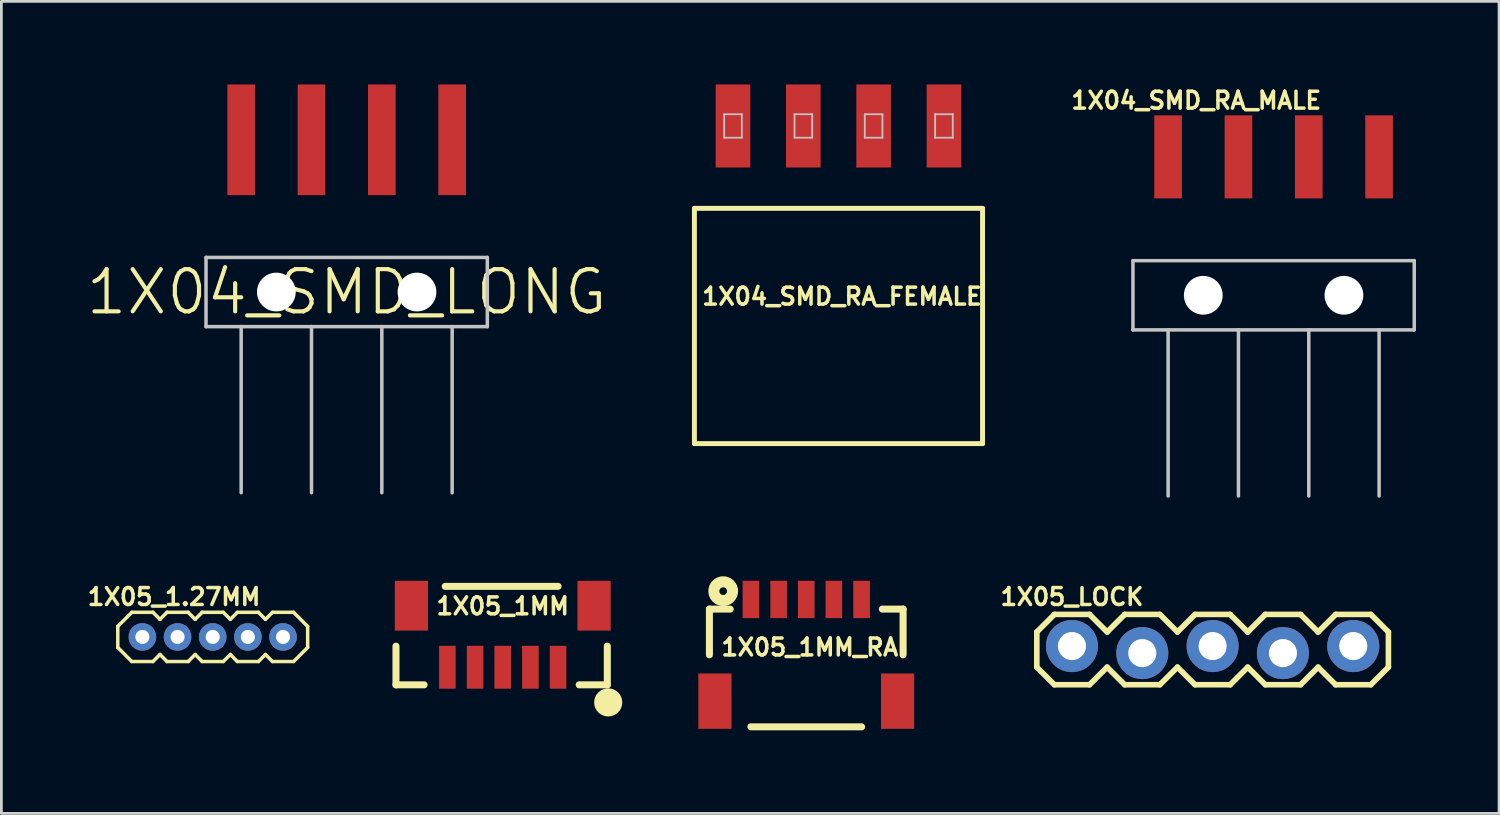
<source format=kicad_pcb>
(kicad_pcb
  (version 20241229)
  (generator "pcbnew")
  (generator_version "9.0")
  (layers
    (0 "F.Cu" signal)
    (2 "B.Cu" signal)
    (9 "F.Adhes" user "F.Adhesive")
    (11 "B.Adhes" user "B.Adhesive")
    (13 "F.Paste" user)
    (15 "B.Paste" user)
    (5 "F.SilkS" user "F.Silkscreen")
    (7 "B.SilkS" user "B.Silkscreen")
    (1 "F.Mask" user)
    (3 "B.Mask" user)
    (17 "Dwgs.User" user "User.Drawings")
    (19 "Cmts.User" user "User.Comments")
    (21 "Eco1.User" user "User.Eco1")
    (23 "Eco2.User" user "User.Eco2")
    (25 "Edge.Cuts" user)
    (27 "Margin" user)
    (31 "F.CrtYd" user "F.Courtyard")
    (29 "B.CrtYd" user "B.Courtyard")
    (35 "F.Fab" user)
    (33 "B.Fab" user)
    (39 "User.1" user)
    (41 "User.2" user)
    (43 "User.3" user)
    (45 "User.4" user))
  (footprint "1X05_LOCK"
    (layer "F.Cu")
    (at 35.668 20.412)
    (property "Reference" "1X05_LOCK" (at 0 -1.905 0) (layer "F.SilkS") (effects (font (size 0.61 0.61) (thickness 0.127))))
    (attr exclude_from_pos_files exclude_from_bom)
    (fp_line (start -1.27 -0.635) (end -1.27 0.635) (stroke (width 0.203) (type solid)) (layer "F.SilkS"))
    (fp_line (start -1.27 0.635) (end -0.635 1.27) (stroke (width 0.203) (type solid)) (layer "F.SilkS"))
    (fp_line (start -0.635 -1.27) (end -1.27 -0.635) (stroke (width 0.203) (type solid)) (layer "F.SilkS"))
    (fp_line (start -0.635 -1.27) (end 0.635 -1.27) (stroke (width 0.203) (type solid)) (layer "F.SilkS"))
    (fp_line (start 0.635 -1.27) (end 1.27 -0.635) (stroke (width 0.203) (type solid)) (layer "F.SilkS"))
    (fp_line (start 0.635 1.27) (end -0.635 1.27) (stroke (width 0.203) (type solid)) (layer "F.SilkS"))
    (fp_line (start 1.27 -0.635) (end 1.905 -1.27) (stroke (width 0.203) (type solid)) (layer "F.SilkS"))
    (fp_line (start 1.27 0.635) (end 0.635 1.27) (stroke (width 0.203) (type solid)) (layer "F.SilkS"))
    (fp_line (start 1.905 -1.27) (end 3.175 -1.27) (stroke (width 0.203) (type solid)) (layer "F.SilkS"))
    (fp_line (start 1.905 1.27) (end 1.27 0.635) (stroke (width 0.203) (type solid)) (layer "F.SilkS"))
    (fp_line (start 3.175 -1.27) (end 3.81 -0.635) (stroke (width 0.203) (type solid)) (layer "F.SilkS"))
    (fp_line (start 3.175 1.27) (end 1.905 1.27) (stroke (width 0.203) (type solid)) (layer "F.SilkS"))
    (fp_line (start 3.81 -0.635) (end 4.445 -1.27) (stroke (width 0.203) (type solid)) (layer "F.SilkS"))
    (fp_line (start 3.81 0.635) (end 3.175 1.27) (stroke (width 0.203) (type solid)) (layer "F.SilkS"))
    (fp_line (start 4.445 -1.27) (end 5.715 -1.27) (stroke (width 0.203) (type solid)) (layer "F.SilkS"))
    (fp_line (start 4.445 1.27) (end 3.81 0.635) (stroke (width 0.203) (type solid)) (layer "F.SilkS"))
    (fp_line (start 5.715 -1.27) (end 6.35 -0.635) (stroke (width 0.203) (type solid)) (layer "F.SilkS"))
    (fp_line (start 5.715 1.27) (end 4.445 1.27) (stroke (width 0.203) (type solid)) (layer "F.SilkS"))
    (fp_line (start 6.35 0.635) (end 5.715 1.27) (stroke (width 0.203) (type solid)) (layer "F.SilkS"))
    (fp_line (start 6.35 0.635) (end 6.985 1.27) (stroke (width 0.203) (type solid)) (layer "F.SilkS"))
    (fp_line (start 6.985 -1.27) (end 6.35 -0.635) (stroke (width 0.203) (type solid)) (layer "F.SilkS"))
    (fp_line (start 6.985 -1.27) (end 8.255 -1.27) (stroke (width 0.203) (type solid)) (layer "F.SilkS"))
    (fp_line (start 8.255 -1.27) (end 8.89 -0.635) (stroke (width 0.203) (type solid)) (layer "F.SilkS"))
    (fp_line (start 8.255 1.27) (end 6.985 1.27) (stroke (width 0.203) (type solid)) (layer "F.SilkS"))
    (fp_line (start 8.89 -0.635) (end 9.525 -1.27) (stroke (width 0.203) (type solid)) (layer "F.SilkS"))
    (fp_line (start 8.89 0.635) (end 8.255 1.27) (stroke (width 0.203) (type solid)) (layer "F.SilkS"))
    (fp_line (start 9.525 -1.27) (end 10.795 -1.27) (stroke (width 0.203) (type solid)) (layer "F.SilkS"))
    (fp_line (start 9.525 1.27) (end 8.89 0.635) (stroke (width 0.203) (type solid)) (layer "F.SilkS"))
    (fp_line (start 10.795 -1.27) (end 11.43 -0.635) (stroke (width 0.203) (type solid)) (layer "F.SilkS"))
    (fp_line (start 10.795 1.27) (end 9.525 1.27) (stroke (width 0.203) (type solid)) (layer "F.SilkS"))
    (fp_line (start 11.43 -0.635) (end 11.43 0.635) (stroke (width 0.203) (type solid)) (layer "F.SilkS"))
    (fp_line (start 11.43 0.635) (end 10.795 1.27) (stroke (width 0.203) (type solid)) (layer "F.SilkS"))
    (fp_line (start -0.254 -0.254) (end 0.254 -0.254) (stroke (width 0.066) (type solid)) (layer "Dwgs.User"))
    (fp_line (start -0.254 0.254) (end -0.254 -0.254) (stroke (width 0.066) (type solid)) (layer "Dwgs.User"))
    (fp_line (start -0.254 0.254) (end 0.254 0.254) (stroke (width 0.066) (type solid)) (layer "Dwgs.User"))
    (fp_line (start 0.254 0.254) (end 0.254 -0.254) (stroke (width 0.066) (type solid)) (layer "Dwgs.User"))
    (fp_line (start 2.286 -0.254) (end 2.794 -0.254) (stroke (width 0.066) (type solid)) (layer "Dwgs.User"))
    (fp_line (start 2.286 0.254) (end 2.286 -0.254) (stroke (width 0.066) (type solid)) (layer "Dwgs.User"))
    (fp_line (start 2.286 0.254) (end 2.794 0.254) (stroke (width 0.066) (type solid)) (layer "Dwgs.User"))
    (fp_line (start 2.794 0.254) (end 2.794 -0.254) (stroke (width 0.066) (type solid)) (layer "Dwgs.User"))
    (fp_line (start 4.826 -0.254) (end 5.334 -0.254) (stroke (width 0.066) (type solid)) (layer "Dwgs.User"))
    (fp_line (start 4.826 0.254) (end 4.826 -0.254) (stroke (width 0.066) (type solid)) (layer "Dwgs.User"))
    (fp_line (start 4.826 0.254) (end 5.334 0.254) (stroke (width 0.066) (type solid)) (layer "Dwgs.User"))
    (fp_line (start 5.334 0.254) (end 5.334 -0.254) (stroke (width 0.066) (type solid)) (layer "Dwgs.User"))
    (fp_line (start 7.366 -0.254) (end 7.874 -0.254) (stroke (width 0.066) (type solid)) (layer "Dwgs.User"))
    (fp_line (start 7.366 0.254) (end 7.366 -0.254) (stroke (width 0.066) (type solid)) (layer "Dwgs.User"))
    (fp_line (start 7.366 0.254) (end 7.874 0.254) (stroke (width 0.066) (type solid)) (layer "Dwgs.User"))
    (fp_line (start 7.874 0.254) (end 7.874 -0.254) (stroke (width 0.066) (type solid)) (layer "Dwgs.User"))
    (fp_line (start 9.906 -0.254) (end 10.414 -0.254) (stroke (width 0.066) (type solid)) (layer "Dwgs.User"))
    (fp_line (start 9.906 0.254) (end 9.906 -0.254) (stroke (width 0.066) (type solid)) (layer "Dwgs.User"))
    (fp_line (start 9.906 0.254) (end 10.414 0.254) (stroke (width 0.066) (type solid)) (layer "Dwgs.User"))
    (fp_line (start 10.414 0.254) (end 10.414 -0.254) (stroke (width 0.066) (type solid)) (layer "Dwgs.User"))
    (pad "1" thru_hole circle (at 0 -0.127) (size 1.88 1.88) (drill 1.016) (layers "*.Cu" "*.Paste" "*.Mask"))
    (pad "2" thru_hole circle (at 2.54 0.127) (size 1.88 1.88) (drill 1.016) (layers "*.Cu" "*.Paste" "*.Mask"))
    (pad "3" thru_hole circle (at 5.08 -0.127) (size 1.88 1.88) (drill 1.016) (layers "*.Cu" "*.Paste" "*.Mask"))
    (pad "4" thru_hole circle (at 7.62 0.127) (size 1.88 1.88) (drill 1.016) (layers "*.Cu" "*.Paste" "*.Mask"))
    (pad "5" thru_hole circle (at 10.16 -0.127) (size 1.88 1.88) (drill 1.016) (layers "*.Cu" "*.Paste" "*.Mask")))
  (footprint "1X05_1MM_RA"
    (layer "F.Cu")
    (at 26.071 18.602)
    (property "Reference" "1X05_1MM_RA" (at 0.127 1.727 0) (layer "F.SilkS") (effects (font (size 0.61 0.61) (thickness 0.127))))
    (attr smd)
    (fp_line (start -3.498 0.348) (end -2.748 0.348) (stroke (width 0.254) (type solid)) (layer "F.SilkS"))
    (fp_line (start -3.498 1.999) (end -3.498 0.348) (stroke (width 0.254) (type solid)) (layer "F.SilkS"))
    (fp_line (start -1.999 4.6) (end 1.999 4.6) (stroke (width 0.254) (type solid)) (layer "F.SilkS"))
    (fp_line (start 2.748 0.348) (end 3.498 0.348) (stroke (width 0.254) (type solid)) (layer "F.SilkS"))
    (fp_line (start 3.498 0.348) (end 3.498 1.999) (stroke (width 0.254) (type solid)) (layer "F.SilkS"))
    (fp_circle (center -3 -0.3) (end -3 -0.439) (stroke (width 0.399) (type solid)) (fill no) (layer "F.SilkS"))
    (pad "1" smd rect (at -1.999 0) (size 0.599 1.349) (layers "F.Cu" "F.Mask" "F.Paste"))
    (pad "2" smd rect (at -0.998 0) (size 0.599 1.349) (layers "F.Cu" "F.Mask" "F.Paste"))
    (pad "3" smd rect (at 0 0) (size 0.599 1.349) (layers "F.Cu" "F.Mask" "F.Paste"))
    (pad "4" smd rect (at 0.998 0) (size 0.599 1.349) (layers "F.Cu" "F.Mask" "F.Paste"))
    (pad "5" smd rect (at 1.999 0) (size 0.599 1.349) (layers "F.Cu" "F.Mask" "F.Paste"))
    (pad "NC1" smd rect (at 3.299 3.673) (size 1.199 1.999) (layers "F.Cu" "F.Mask" "F.Paste"))
    (pad "NC2" smd rect (at -3.299 3.673) (size 1.199 1.999) (layers "F.Cu" "F.Mask" "F.Paste")))
  (footprint "1X05_1.27MM"
    (layer "F.Cu")
    (at 2.093 19.955)
    (property "Reference" "1X05_1.27MM" (at 1.143 -1.448 0) (layer "F.SilkS") (effects (font (size 0.61 0.61) (thickness 0.127))))
    (attr exclude_from_pos_files exclude_from_bom)
    (fp_line (start -0.889 -0.381) (end -0.889 0.381) (stroke (width 0.127) (type solid)) (layer "F.SilkS"))
    (fp_line (start -0.889 0.381) (end -0.381 0.889) (stroke (width 0.127) (type solid)) (layer "F.SilkS"))
    (fp_line (start -0.381 -0.889) (end -0.889 -0.381) (stroke (width 0.127) (type solid)) (layer "F.SilkS"))
    (fp_line (start -0.381 0.889) (end 0.381 0.889) (stroke (width 0.127) (type solid)) (layer "F.SilkS"))
    (fp_line (start 0.381 -0.889) (end -0.381 -0.889) (stroke (width 0.127) (type solid)) (layer "F.SilkS"))
    (fp_line (start 0.381 0.889) (end 0.635 0.635) (stroke (width 0.127) (type solid)) (layer "F.SilkS"))
    (fp_line (start 0.635 -0.635) (end 0.381 -0.889) (stroke (width 0.127) (type solid)) (layer "F.SilkS"))
    (fp_line (start 0.635 0.635) (end 0.889 0.889) (stroke (width 0.127) (type solid)) (layer "F.SilkS"))
    (fp_line (start 0.889 -0.889) (end 0.635 -0.635) (stroke (width 0.127) (type solid)) (layer "F.SilkS"))
    (fp_line (start 0.889 0.889) (end 1.651 0.889) (stroke (width 0.127) (type solid)) (layer "F.SilkS"))
    (fp_line (start 1.651 -0.889) (end 0.889 -0.889) (stroke (width 0.127) (type solid)) (layer "F.SilkS"))
    (fp_line (start 1.651 0.889) (end 1.905 0.635) (stroke (width 0.127) (type solid)) (layer "F.SilkS"))
    (fp_line (start 1.905 -0.635) (end 1.651 -0.889) (stroke (width 0.127) (type solid)) (layer "F.SilkS"))
    (fp_line (start 1.905 0.635) (end 2.159 0.889) (stroke (width 0.127) (type solid)) (layer "F.SilkS"))
    (fp_line (start 2.159 -0.889) (end 1.905 -0.635) (stroke (width 0.127) (type solid)) (layer "F.SilkS"))
    (fp_line (start 2.159 0.889) (end 2.921 0.889) (stroke (width 0.127) (type solid)) (layer "F.SilkS"))
    (fp_line (start 2.921 -0.889) (end 2.159 -0.889) (stroke (width 0.127) (type solid)) (layer "F.SilkS"))
    (fp_line (start 2.921 0.889) (end 3.175 0.635) (stroke (width 0.127) (type solid)) (layer "F.SilkS"))
    (fp_line (start 3.175 -0.635) (end 2.921 -0.889) (stroke (width 0.127) (type solid)) (layer "F.SilkS"))
    (fp_line (start 3.175 0.635) (end 3.429 0.889) (stroke (width 0.127) (type solid)) (layer "F.SilkS"))
    (fp_line (start 3.429 -0.889) (end 3.175 -0.635) (stroke (width 0.127) (type solid)) (layer "F.SilkS"))
    (fp_line (start 3.429 0.889) (end 4.191 0.889) (stroke (width 0.127) (type solid)) (layer "F.SilkS"))
    (fp_line (start 4.191 -0.889) (end 3.429 -0.889) (stroke (width 0.127) (type solid)) (layer "F.SilkS"))
    (fp_line (start 4.191 0.889) (end 4.445 0.635) (stroke (width 0.127) (type solid)) (layer "F.SilkS"))
    (fp_line (start 4.445 -0.635) (end 4.191 -0.889) (stroke (width 0.127) (type solid)) (layer "F.SilkS"))
    (fp_line (start 4.445 0.635) (end 4.699 0.889) (stroke (width 0.127) (type solid)) (layer "F.SilkS"))
    (fp_line (start 4.699 -0.889) (end 4.445 -0.635) (stroke (width 0.127) (type solid)) (layer "F.SilkS"))
    (fp_line (start 4.699 0.889) (end 5.461 0.889) (stroke (width 0.127) (type solid)) (layer "F.SilkS"))
    (fp_line (start 5.461 -0.889) (end 4.699 -0.889) (stroke (width 0.127) (type solid)) (layer "F.SilkS"))
    (fp_line (start 5.461 -0.889) (end 5.969 -0.381) (stroke (width 0.127) (type solid)) (layer "F.SilkS"))
    (fp_line (start 5.969 -0.381) (end 5.969 0.381) (stroke (width 0.127) (type solid)) (layer "F.SilkS"))
    (fp_line (start 5.969 0.381) (end 5.461 0.889) (stroke (width 0.127) (type solid)) (layer "F.SilkS"))
    (pad "1" thru_hole circle (at 0 0) (size 0.998 0.998) (drill 0.508) (layers "*.Cu" "*.Paste" "*.Mask"))
    (pad "2" thru_hole circle (at 1.27 0) (size 0.998 0.998) (drill 0.508) (layers "*.Cu" "*.Paste" "*.Mask"))
    (pad "3" thru_hole circle (at 2.54 0) (size 0.998 0.998) (drill 0.508) (layers "*.Cu" "*.Paste" "*.Mask"))
    (pad "4" thru_hole circle (at 3.81 0) (size 0.998 0.998) (drill 0.508) (layers "*.Cu" "*.Paste" "*.Mask"))
    (pad "5" thru_hole circle (at 5.08 0) (size 0.998 0.998) (drill 0.508) (layers "*.Cu" "*.Paste" "*.Mask")))
  (footprint "1X04_SMD_LONG"
    (layer "F.Cu")
    (at 9.471 7.498)
    (property "Reference" "1X04_SMD_LONG" (at 0 0 0) (layer "F.SilkS") (effects (font (size 1.524 1.524) (thickness 0.15))))
    (attr smd)
    (fp_line (start -5.08 -1.25) (end -5.08 1.25) (stroke (width 0.127) (type solid)) (layer "Dwgs.User"))
    (fp_line (start -5.08 1.25) (end -3.81 1.25) (stroke (width 0.127) (type solid)) (layer "Dwgs.User"))
    (fp_line (start -3.81 1.25) (end -3.81 7.249) (stroke (width 0.127) (type solid)) (layer "Dwgs.User"))
    (fp_line (start -3.81 1.25) (end -1.27 1.25) (stroke (width 0.127) (type solid)) (layer "Dwgs.User"))
    (fp_line (start -1.27 1.25) (end -1.27 7.249) (stroke (width 0.127) (type solid)) (layer "Dwgs.User"))
    (fp_line (start -1.27 1.25) (end 1.27 1.25) (stroke (width 0.127) (type solid)) (layer "Dwgs.User"))
    (fp_line (start 1.27 1.25) (end 1.27 7.249) (stroke (width 0.127) (type solid)) (layer "Dwgs.User"))
    (fp_line (start 1.27 1.25) (end 3.81 1.25) (stroke (width 0.127) (type solid)) (layer "Dwgs.User"))
    (fp_line (start 3.81 1.25) (end 3.81 7.249) (stroke (width 0.127) (type solid)) (layer "Dwgs.User"))
    (fp_line (start 3.81 1.25) (end 5.08 1.25) (stroke (width 0.127) (type solid)) (layer "Dwgs.User"))
    (fp_line (start 5.08 -1.25) (end -5.08 -1.25) (stroke (width 0.127) (type solid)) (layer "Dwgs.User"))
    (fp_line (start 5.08 1.25) (end 5.08 -1.25) (stroke (width 0.127) (type solid)) (layer "Dwgs.User"))
    (pad "" np_thru_hole circle (at -2.54 0) (size 1.4 1.4) (drill 1.4) (layers "*.Cu" "*.Mask"))
    (pad "" np_thru_hole circle (at 2.54 0) (size 1.4 1.4) (drill 1.4) (layers "*.Cu" "*.Mask"))
    (pad "1" smd rect (at -3.81 -5.499 90) (size 3.998 0.998) (layers "F.Cu" "F.Mask" "F.Paste"))
    (pad "2" smd rect (at -1.27 -5.499 90) (size 3.998 0.998) (layers "F.Cu" "F.Mask" "F.Paste"))
    (pad "3" smd rect (at 1.27 -5.499 90) (size 3.998 0.998) (layers "F.Cu" "F.Mask" "F.Paste"))
    (pad "4" smd rect (at 3.81 -5.499 90) (size 3.998 0.998) (layers "F.Cu" "F.Mask" "F.Paste")))
  (footprint "1X04_SMD_RA_FEMALE"
    (layer "F.Cu")
    (at 27.235 8.724)
    (property "Reference" "1X04_SMD_RA_FEMALE" (at 0.127 -1.067 0) (layer "F.SilkS") (effects (font (size 0.61 0.61) (thickness 0.127))))
    (attr smd)
    (fp_line (start -5.204 -4.249) (end -5.204 4.249) (stroke (width 0.178) (type solid)) (layer "F.SilkS"))
    (fp_line (start -5.204 4.249) (end 5.204 4.249) (stroke (width 0.178) (type solid)) (layer "F.SilkS"))
    (fp_line (start 5.204 -4.249) (end -5.204 -4.249) (stroke (width 0.178) (type solid)) (layer "F.SilkS"))
    (fp_line (start 5.204 4.249) (end 5.204 -4.249) (stroke (width 0.178) (type solid)) (layer "F.SilkS"))
    (fp_line (start -4.128 -7.648) (end -3.49 -7.648) (stroke (width 0.066) (type solid)) (layer "Dwgs.User"))
    (fp_line (start -4.128 -6.8) (end -4.128 -7.648) (stroke (width 0.066) (type solid)) (layer "Dwgs.User"))
    (fp_line (start -4.128 -6.8) (end -3.49 -6.8) (stroke (width 0.066) (type solid)) (layer "Dwgs.User"))
    (fp_line (start -3.49 -6.8) (end -3.49 -7.648) (stroke (width 0.066) (type solid)) (layer "Dwgs.User"))
    (fp_line (start -1.587 -7.648) (end -0.95 -7.648) (stroke (width 0.066) (type solid)) (layer "Dwgs.User"))
    (fp_line (start -1.587 -6.8) (end -1.587 -7.648) (stroke (width 0.066) (type solid)) (layer "Dwgs.User"))
    (fp_line (start -1.587 -6.8) (end -0.95 -6.8) (stroke (width 0.066) (type solid)) (layer "Dwgs.User"))
    (fp_line (start -0.95 -6.8) (end -0.95 -7.648) (stroke (width 0.066) (type solid)) (layer "Dwgs.User"))
    (fp_line (start 0.95 -7.648) (end 1.587 -7.648) (stroke (width 0.066) (type solid)) (layer "Dwgs.User"))
    (fp_line (start 0.95 -6.8) (end 0.95 -7.648) (stroke (width 0.066) (type solid)) (layer "Dwgs.User"))
    (fp_line (start 0.95 -6.8) (end 1.587 -6.8) (stroke (width 0.066) (type solid)) (layer "Dwgs.User"))
    (fp_line (start 1.587 -6.8) (end 1.587 -7.648) (stroke (width 0.066) (type solid)) (layer "Dwgs.User"))
    (fp_line (start 3.49 -7.648) (end 4.128 -7.648) (stroke (width 0.066) (type solid)) (layer "Dwgs.User"))
    (fp_line (start 3.49 -6.8) (end 3.49 -7.648) (stroke (width 0.066) (type solid)) (layer "Dwgs.User"))
    (fp_line (start 3.49 -6.8) (end 4.128 -6.8) (stroke (width 0.066) (type solid)) (layer "Dwgs.User"))
    (fp_line (start 4.128 -6.8) (end 4.128 -7.648) (stroke (width 0.066) (type solid)) (layer "Dwgs.User"))
    (pad "1" smd rect (at -3.81 -7.224 180) (size 1.25 3) (layers "F.Cu" "F.Mask" "F.Paste"))
    (pad "2" smd rect (at -1.27 -7.224 180) (size 1.25 3) (layers "F.Cu" "F.Mask" "F.Paste"))
    (pad "3" smd rect (at 1.27 -7.224 180) (size 1.25 3) (layers "F.Cu" "F.Mask" "F.Paste"))
    (pad "4" smd rect (at 3.81 -7.224 180) (size 1.25 3) (layers "F.Cu" "F.Mask" "F.Paste")))
  (footprint "1X04_SMD_RA_MALE"
    (layer "F.Cu")
    (at 42.951 7.615)
    (property "Reference" "1X04_SMD_RA_MALE" (at -2.794 -7.036 0) (layer "F.SilkS") (effects (font (size 0.61 0.61) (thickness 0.127))))
    (attr smd)
    (fp_line (start -5.08 -1.25) (end -5.08 1.25) (stroke (width 0.127) (type solid)) (layer "Dwgs.User"))
    (fp_line (start -5.08 1.25) (end -3.81 1.25) (stroke (width 0.127) (type solid)) (layer "Dwgs.User"))
    (fp_line (start -3.81 1.25) (end -3.81 7.249) (stroke (width 0.127) (type solid)) (layer "Dwgs.User"))
    (fp_line (start -3.81 1.25) (end -1.27 1.25) (stroke (width 0.127) (type solid)) (layer "Dwgs.User"))
    (fp_line (start -1.27 1.25) (end -1.27 7.249) (stroke (width 0.127) (type solid)) (layer "Dwgs.User"))
    (fp_line (start -1.27 1.25) (end 1.27 1.25) (stroke (width 0.127) (type solid)) (layer "Dwgs.User"))
    (fp_line (start 1.27 1.25) (end 1.27 7.249) (stroke (width 0.127) (type solid)) (layer "Dwgs.User"))
    (fp_line (start 1.27 1.25) (end 3.81 1.25) (stroke (width 0.127) (type solid)) (layer "Dwgs.User"))
    (fp_line (start 3.81 1.25) (end 3.81 7.249) (stroke (width 0.127) (type solid)) (layer "Dwgs.User"))
    (fp_line (start 3.81 1.25) (end 5.08 1.25) (stroke (width 0.127) (type solid)) (layer "Dwgs.User"))
    (fp_line (start 5.08 -1.25) (end -5.08 -1.25) (stroke (width 0.127) (type solid)) (layer "Dwgs.User"))
    (fp_line (start 5.08 1.25) (end 5.08 -1.25) (stroke (width 0.127) (type solid)) (layer "Dwgs.User"))
    (pad "" np_thru_hole circle (at -2.54 0) (size 1.4 1.4) (drill 1.4) (layers "*.Cu" "*.Mask"))
    (pad "" np_thru_hole circle (at 2.54 0) (size 1.4 1.4) (drill 1.4) (layers "*.Cu" "*.Mask"))
    (pad "1" smd rect (at -3.81 -4.999 90) (size 3 0.998) (layers "F.Cu" "F.Mask" "F.Paste"))
    (pad "2" smd rect (at -1.27 -4.999 90) (size 3 0.998) (layers "F.Cu" "F.Mask" "F.Paste"))
    (pad "3" smd rect (at 1.27 -4.999 90) (size 3 0.998) (layers "F.Cu" "F.Mask" "F.Paste"))
    (pad "4" smd rect (at 3.81 -4.999 90) (size 3 0.998) (layers "F.Cu" "F.Mask" "F.Paste")))
  (footprint "1X05_1MM"
    (layer "F.Cu")
    (at 15.108 21.05)
    (property "Reference" "1X05_1MM" (at 0 -2.207 0) (layer "F.SilkS") (effects (font (size 0.61 0.61) (thickness 0.127))))
    (attr smd)
    (fp_line (start -3.856 0.635) (end -3.856 -0.762) (stroke (width 0.254) (type solid)) (layer "F.SilkS"))
    (fp_line (start -2.84 0.635) (end -3.856 0.635) (stroke (width 0.254) (type solid)) (layer "F.SilkS"))
    (fp_line (start 1.999 -2.921) (end -2.078 -2.921) (stroke (width 0.254) (type solid)) (layer "F.SilkS"))
    (fp_line (start 3.777 -0.762) (end 3.777 0.635) (stroke (width 0.254) (type solid)) (layer "F.SilkS"))
    (fp_line (start 3.777 0.635) (end 2.761 0.635) (stroke (width 0.254) (type solid)) (layer "F.SilkS"))
    (fp_circle (center 3.81 1.27) (end 3.81 1.27) (stroke (width 0.508) (type solid)) (fill no) (layer "F.SilkS"))
    (pad "1" smd rect (at -1.999 0 180) (size 0.599 1.549) (layers "F.Cu" "F.Mask" "F.Paste"))
    (pad "2" smd rect (at -0.998 0 180) (size 0.599 1.549) (layers "F.Cu" "F.Mask" "F.Paste"))
    (pad "3" smd rect (at 0 0 180) (size 0.599 1.549) (layers "F.Cu" "F.Mask" "F.Paste"))
    (pad "4" smd rect (at 0.998 0 180) (size 0.599 1.549) (layers "F.Cu" "F.Mask" "F.Paste"))
    (pad "5" smd rect (at 1.999 0 180) (size 0.599 1.549) (layers "F.Cu" "F.Mask" "F.Paste"))
    (pad "NC1" smd rect (at -3.299 -2.223 180) (size 1.199 1.798) (layers "F.Cu" "F.Mask" "F.Paste"))
    (pad "NC2" smd rect (at 3.299 -2.223 180) (size 1.199 1.798) (layers "F.Cu" "F.Mask" "F.Paste")))
  (gr_rect
    (start -3 -3)
    (end 51.094 26.329)
    (stroke (width 0.1) (type default))
    (fill no)
    (layer "Edge.Cuts")))
</source>
